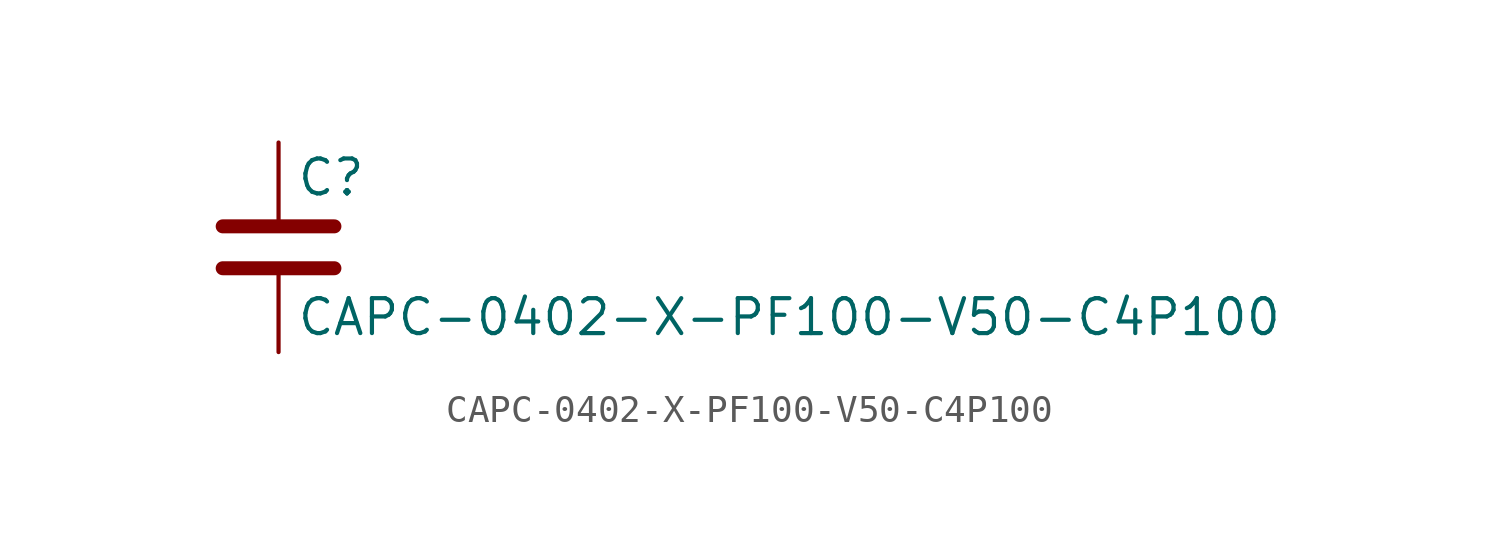
<source format=kicad_sym>
(kicad_symbol_lib
  (version 20211014)
  (generator kicad_symbol_editor)
  (symbol "CAPC-0402-X-PF100-V50-C4P100"
    (pin_numbers hide)
    (pin_names
      (offset 0.254))
    (property "Reference" "C"
      (at 0.635 2.54 0)
      (effects (font (size 1.27 1.27)) (justify left)))
    (property "Value" "CAPC-0402-X-PF100-V50-C4P100"
      (at 0.635 -2.54 0)
      (effects (font (size 1.27 1.27)) (justify left)))
    (symbol "CAPC-0402-X-PF100-V50-C4P100_0_1"
      (polyline (pts (xy -2.032 -0.762) (xy 2.032 -0.762)) (stroke (width 0.508) (type default) (color 0 0 0 0)) (fill (type none)))
      (polyline (pts (xy -2.032 0.762) (xy 2.032 0.762)) (stroke (width 0.508) (type default) (color 0 0 0 0)) (fill (type none))))
    (symbol "CAPC-0402-X-PF100-V50-C4P100_1_1"
      (pin passive line (at 0 3.81 270) (length 2.794) (name "~" (effects (font (size 1.27 1.27)))) (number "1" (effects (font (size 1.27 1.27)))))
      (pin passive line (at 0 -3.81 90) (length 2.794) (name "~" (effects (font (size 1.27 1.27)))) (number "2" (effects (font (size 1.27 1.27))))))))
</source>
